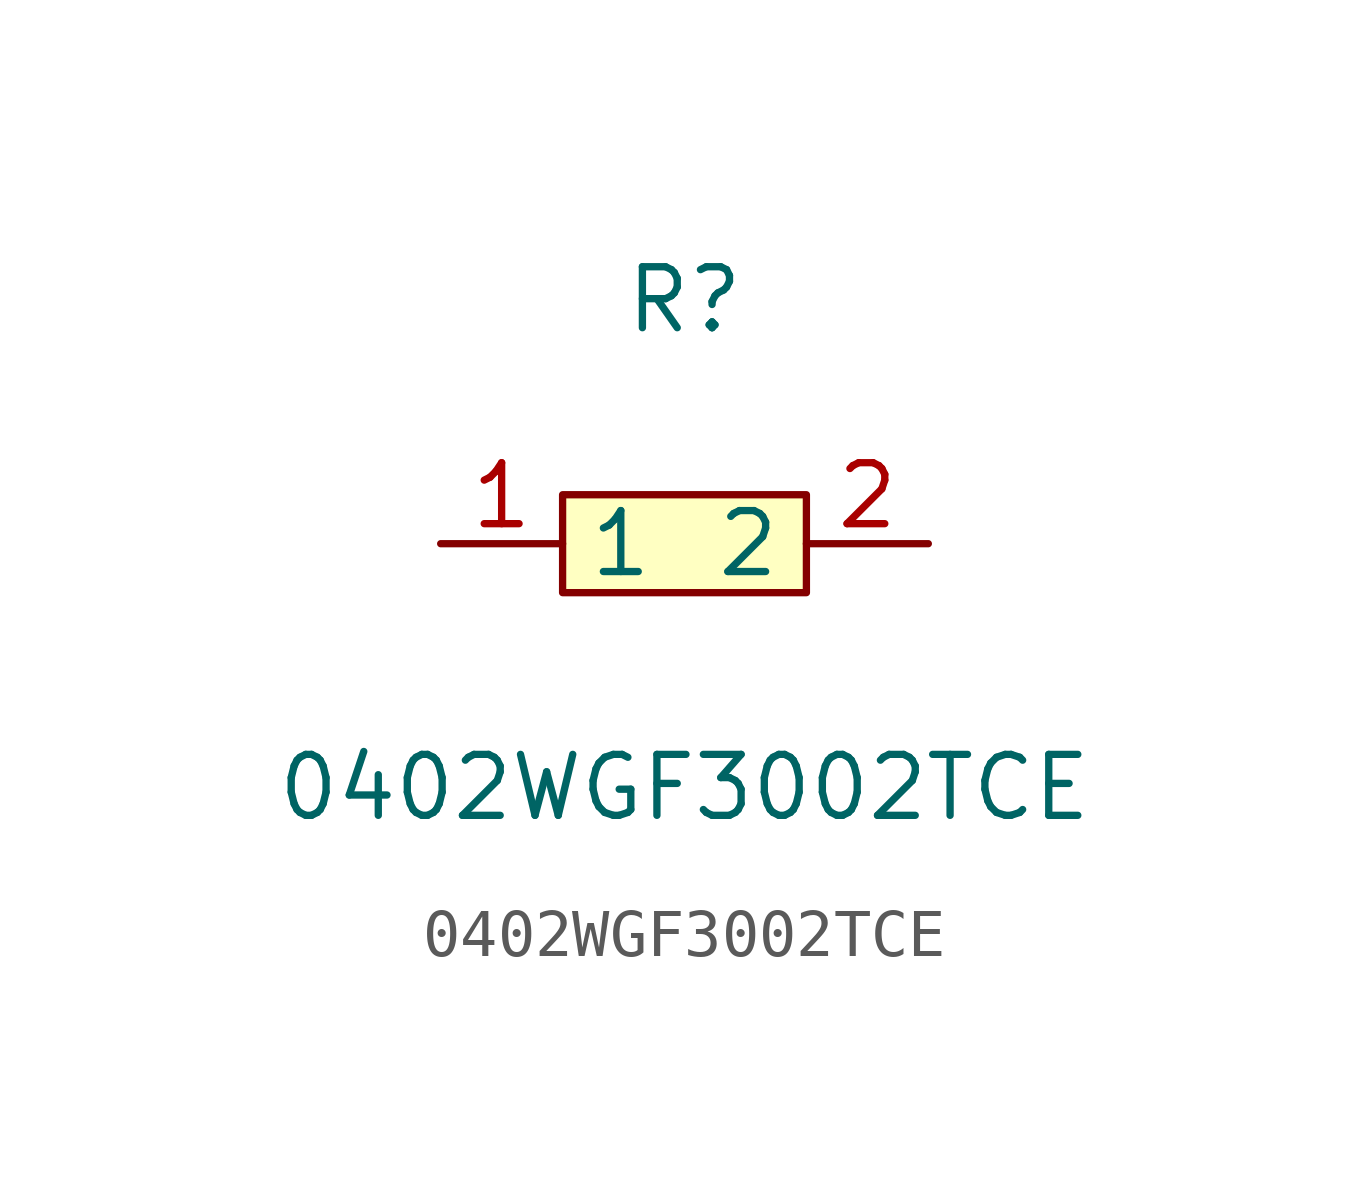
<source format=kicad_sym>
(kicad_symbol_lib
  (version 1)
  (generator "faebryk")
  (symbol "0402WGF3002TCE"
    (property "Reference" "R"
      (at 0 5.08 0)
      (effects (font (size 1.27 1.27)) (hide no)))
    (property "Value" "0402WGF3002TCE"
      (at 0 -5.08 0)
      (effects (font (size 1.27 1.27)) (hide no)))
    (symbol "0402WGF3002TCE_0_1"
      (rectangle (start -2.54 1.02) (end 2.54 -1.02) (stroke (width 0) (type default) (color 0 0 0 0)) (fill (type background)))
      (pin input line (at 5.08 0 180) (length 2.54) (name "2" (effects (font (size 1.27 1.27)) (hide no))) (number "2" (effects (font (size 1.27 1.27)) (hide no))))
      (pin input line (at -5.08 0 0) (length 2.54) (name "1" (effects (font (size 1.27 1.27)) (hide no))) (number "1" (effects (font (size 1.27 1.27)) (hide no)))))))
</source>
